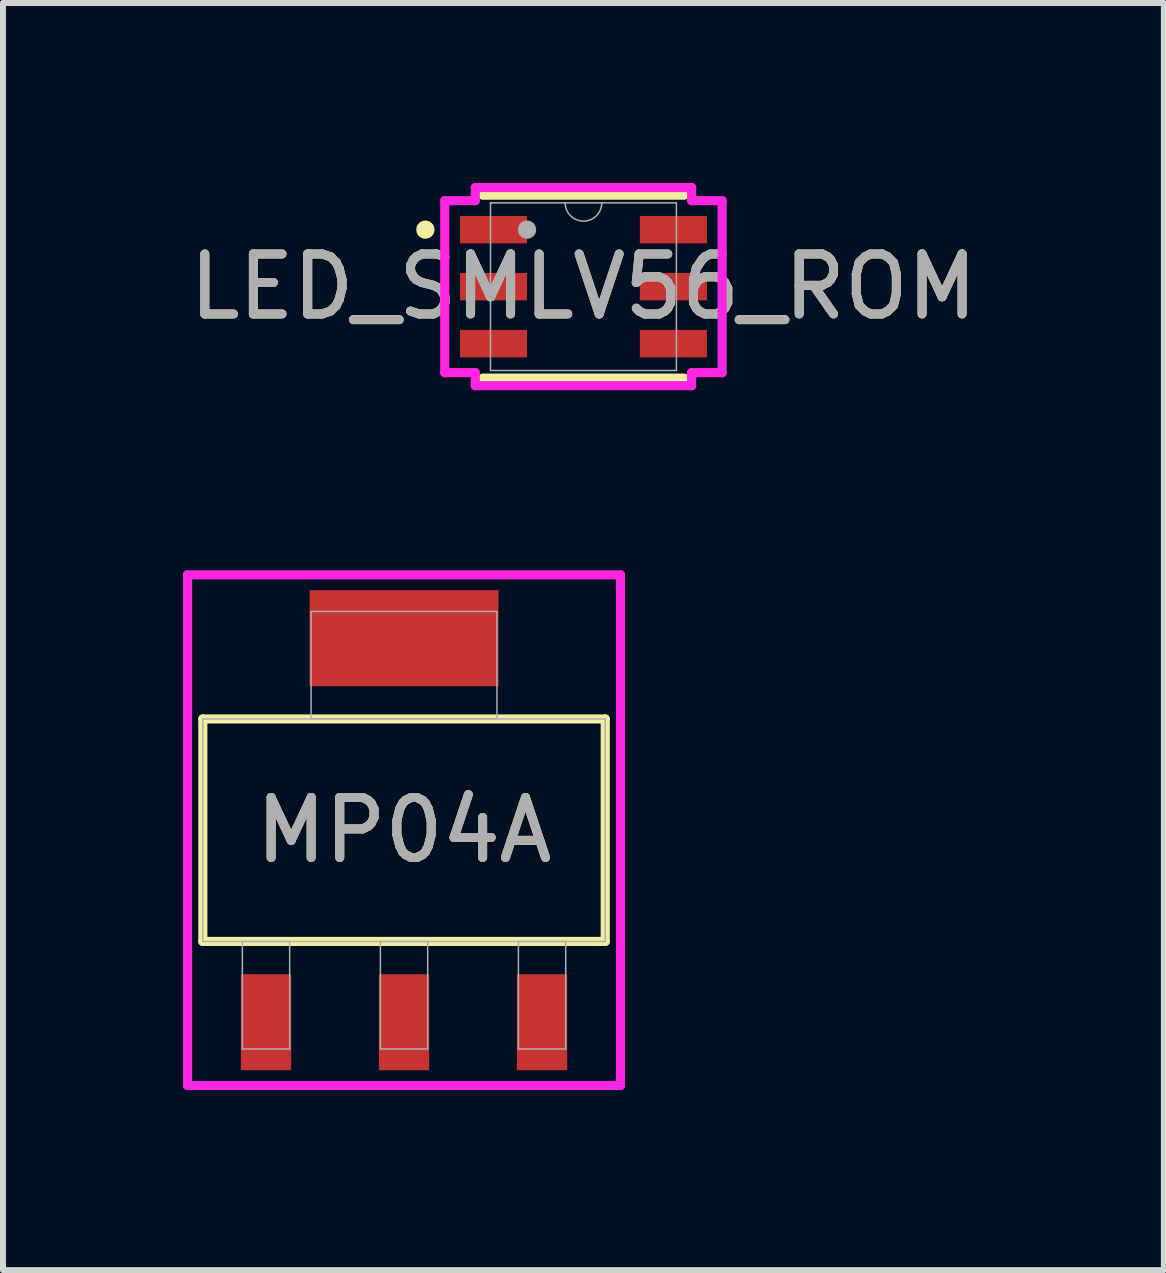
<source format=kicad_pcb>
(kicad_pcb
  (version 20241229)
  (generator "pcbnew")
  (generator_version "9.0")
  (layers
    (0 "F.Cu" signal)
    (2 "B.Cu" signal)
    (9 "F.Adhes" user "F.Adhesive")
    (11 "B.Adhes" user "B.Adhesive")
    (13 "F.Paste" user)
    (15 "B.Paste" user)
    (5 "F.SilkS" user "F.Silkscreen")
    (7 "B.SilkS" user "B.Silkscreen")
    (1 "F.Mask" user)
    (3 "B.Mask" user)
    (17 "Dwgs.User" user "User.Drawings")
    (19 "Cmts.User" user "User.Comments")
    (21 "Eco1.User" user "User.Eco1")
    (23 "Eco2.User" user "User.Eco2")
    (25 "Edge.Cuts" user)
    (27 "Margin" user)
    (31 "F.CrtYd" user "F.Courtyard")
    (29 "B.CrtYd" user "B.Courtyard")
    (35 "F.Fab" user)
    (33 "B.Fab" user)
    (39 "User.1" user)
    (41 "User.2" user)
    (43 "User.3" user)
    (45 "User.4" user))
  (footprint "MP04A"
    (layer "F.Cu")
    (at 3.683 10.785)
    (property "Reference" "MP04A" (at 0 0 0) (unlocked yes) (layer "F.SilkS") (effects (font (size 1 1) (thickness 0.15))))
    (attr smd)
    (fp_line (start -3.353 -1.854) (end -3.353 1.854) (stroke (width 0.152) (type solid)) (layer "F.SilkS"))
    (fp_line (start -3.353 1.854) (end 3.353 1.854) (stroke (width 0.152) (type solid)) (layer "F.SilkS"))
    (fp_line (start 3.353 -1.854) (end -3.353 -1.854) (stroke (width 0.152) (type solid)) (layer "F.SilkS"))
    (fp_line (start 3.353 1.854) (end 3.353 -1.854) (stroke (width 0.152) (type solid)) (layer "F.SilkS"))
    (fp_line (start -3.607 -4.255) (end 3.607 -4.255) (stroke (width 0.152) (type solid)) (layer "F.CrtYd"))
    (fp_line (start -3.607 4.255) (end -3.607 -4.255) (stroke (width 0.152) (type solid)) (layer "F.CrtYd"))
    (fp_line (start 3.607 -4.255) (end 3.607 4.255) (stroke (width 0.152) (type solid)) (layer "F.CrtYd"))
    (fp_line (start 3.607 4.255) (end -3.607 4.255) (stroke (width 0.152) (type solid)) (layer "F.CrtYd"))
    (fp_line (start -3.353 -1.854) (end -3.353 1.854) (stroke (width 0.025) (type solid)) (layer "F.Fab"))
    (fp_line (start -3.353 1.854) (end 3.353 1.854) (stroke (width 0.025) (type solid)) (layer "F.Fab"))
    (fp_line (start -2.694 1.854) (end -2.694 3.645) (stroke (width 0.025) (type solid)) (layer "F.Fab"))
    (fp_line (start -2.694 3.645) (end -1.906 3.645) (stroke (width 0.025) (type solid)) (layer "F.Fab"))
    (fp_line (start -1.906 1.854) (end -2.694 1.854) (stroke (width 0.025) (type solid)) (layer "F.Fab"))
    (fp_line (start -1.906 3.645) (end -1.906 1.854) (stroke (width 0.025) (type solid)) (layer "F.Fab"))
    (fp_line (start -1.549 -3.645) (end -1.549 -1.854) (stroke (width 0.025) (type solid)) (layer "F.Fab"))
    (fp_line (start -1.549 -1.854) (end 1.549 -1.854) (stroke (width 0.025) (type solid)) (layer "F.Fab"))
    (fp_line (start -0.394 1.854) (end -0.394 3.645) (stroke (width 0.025) (type solid)) (layer "F.Fab"))
    (fp_line (start -0.394 3.645) (end 0.394 3.645) (stroke (width 0.025) (type solid)) (layer "F.Fab"))
    (fp_line (start 0.394 1.854) (end -0.394 1.854) (stroke (width 0.025) (type solid)) (layer "F.Fab"))
    (fp_line (start 0.394 3.645) (end 0.394 1.854) (stroke (width 0.025) (type solid)) (layer "F.Fab"))
    (fp_line (start 1.549 -3.645) (end -1.549 -3.645) (stroke (width 0.025) (type solid)) (layer "F.Fab"))
    (fp_line (start 1.549 -1.854) (end 1.549 -3.645) (stroke (width 0.025) (type solid)) (layer "F.Fab"))
    (fp_line (start 1.906 1.854) (end 1.906 3.645) (stroke (width 0.025) (type solid)) (layer "F.Fab"))
    (fp_line (start 1.906 3.645) (end 2.694 3.645) (stroke (width 0.025) (type solid)) (layer "F.Fab"))
    (fp_line (start 2.694 1.854) (end 1.906 1.854) (stroke (width 0.025) (type solid)) (layer "F.Fab"))
    (fp_line (start 2.694 3.645) (end 2.694 1.854) (stroke (width 0.025) (type solid)) (layer "F.Fab"))
    (fp_line (start 3.353 -1.854) (end -3.353 -1.854) (stroke (width 0.025) (type solid)) (layer "F.Fab"))
    (fp_line (start 3.353 1.854) (end 3.353 -1.854) (stroke (width 0.025) (type solid)) (layer "F.Fab"))
    (fp_text user "${REFERENCE}" (at 0 0 0) (unlocked yes) (layer "F.Fab") (effects (font (size 1 1) (thickness 0.15))))
    (pad "1" smd rect (at -2.3 3.2) (size 0.838 1.6) (layers "F.Cu" "F.Mask" "F.Paste"))
    (pad "2" smd rect (at 0 3.2) (size 0.838 1.6) (layers "F.Cu" "F.Mask" "F.Paste"))
    (pad "3" smd rect (at 2.3 3.2) (size 0.838 1.6) (layers "F.Cu" "F.Mask" "F.Paste"))
    (pad "4" smd rect (at 0 -3.2) (size 3.15 1.6) (layers "F.Cu" "F.Mask" "F.Paste")))
  (footprint "LED_SMLV56_ROM"
    (layer "F.Cu")
    (at 6.673 1.727)
    (property "Reference" "LED_SMLV56_ROM" (at 0 0 0) (unlocked yes) (layer "F.SilkS") (effects (font (size 1 1) (thickness 0.15))))
    (attr smd)
    (fp_line (start -1.676 1.524) (end 1.676 1.524) (stroke (width 0.152) (type solid)) (layer "F.SilkS"))
    (fp_line (start 1.676 -1.524) (end -1.676 -1.524) (stroke (width 0.152) (type solid)) (layer "F.SilkS"))
    (fp_circle (center -2.634 -0.95) (end -2.558 -0.95) (stroke (width 0.152) (type solid)) (fill no) (layer "F.SilkS"))
    (fp_line (start -2.311 -1.433) (end -1.803 -1.433) (stroke (width 0.152) (type solid)) (layer "F.CrtYd"))
    (fp_line (start -2.311 1.433) (end -2.311 -1.433) (stroke (width 0.152) (type solid)) (layer "F.CrtYd"))
    (fp_line (start -2.311 1.433) (end -1.803 1.433) (stroke (width 0.152) (type solid)) (layer "F.CrtYd"))
    (fp_line (start -1.803 -1.651) (end 1.803 -1.651) (stroke (width 0.152) (type solid)) (layer "F.CrtYd"))
    (fp_line (start -1.803 -1.433) (end -1.803 -1.651) (stroke (width 0.152) (type solid)) (layer "F.CrtYd"))
    (fp_line (start -1.803 1.651) (end -1.803 1.433) (stroke (width 0.152) (type solid)) (layer "F.CrtYd"))
    (fp_line (start 1.803 -1.651) (end 1.803 -1.433) (stroke (width 0.152) (type solid)) (layer "F.CrtYd"))
    (fp_line (start 1.803 1.433) (end 1.803 1.651) (stroke (width 0.152) (type solid)) (layer "F.CrtYd"))
    (fp_line (start 1.803 1.651) (end -1.803 1.651) (stroke (width 0.152) (type solid)) (layer "F.CrtYd"))
    (fp_line (start 2.311 -1.433) (end 1.803 -1.433) (stroke (width 0.152) (type solid)) (layer "F.CrtYd"))
    (fp_line (start 2.311 -1.433) (end 2.311 1.433) (stroke (width 0.152) (type solid)) (layer "F.CrtYd"))
    (fp_line (start 2.311 1.433) (end 1.803 1.433) (stroke (width 0.152) (type solid)) (layer "F.CrtYd"))
    (fp_line (start -1.549 -1.397) (end -1.549 1.397) (stroke (width 0.025) (type solid)) (layer "F.Fab"))
    (fp_line (start -1.549 1.397) (end 1.549 1.397) (stroke (width 0.025) (type solid)) (layer "F.Fab"))
    (fp_line (start 1.549 -1.397) (end -1.549 -1.397) (stroke (width 0.025) (type solid)) (layer "F.Fab"))
    (fp_line (start 1.549 1.397) (end 1.549 -1.397) (stroke (width 0.025) (type solid)) (layer "F.Fab"))
    (fp_arc (start 0.3048 -1.397) (mid 0 -1.0922) (end -0.3048 -1.397) (stroke (width 0.0254) (type solid)) (layer "F.Fab"))
    (fp_circle (center -0.94 -0.95) (end -0.94 -0.95) (stroke (width 0.152) (type solid)) (fill no) (layer "F.Fab"))
    (fp_text user "${REFERENCE}" (at 0 0 0) (unlocked yes) (layer "F.Fab") (effects (font (size 1 1) (thickness 0.15))))
    (pad "1" smd rect (at -1.499 -0.95) (size 1.118 0.457) (layers "F.Cu" "F.Mask" "F.Paste"))
    (pad "2" smd rect (at -1.499 0) (size 1.118 0.457) (layers "F.Cu" "F.Mask" "F.Paste"))
    (pad "3" smd rect (at -1.499 0.95) (size 1.118 0.457) (layers "F.Cu" "F.Mask" "F.Paste"))
    (pad "4" smd rect (at 1.499 0.95) (size 1.118 0.457) (layers "F.Cu" "F.Mask" "F.Paste"))
    (pad "5" smd rect (at 1.499 0) (size 1.118 0.457) (layers "F.Cu" "F.Mask" "F.Paste"))
    (pad "6" smd rect (at 1.499 -0.95) (size 1.118 0.457) (layers "F.Cu" "F.Mask" "F.Paste")))
  (gr_rect
    (start -3 -3)
    (end 16.345 18.116)
    (stroke (width 0.1) (type default))
    (fill no)
    (layer "Edge.Cuts")))
</source>
